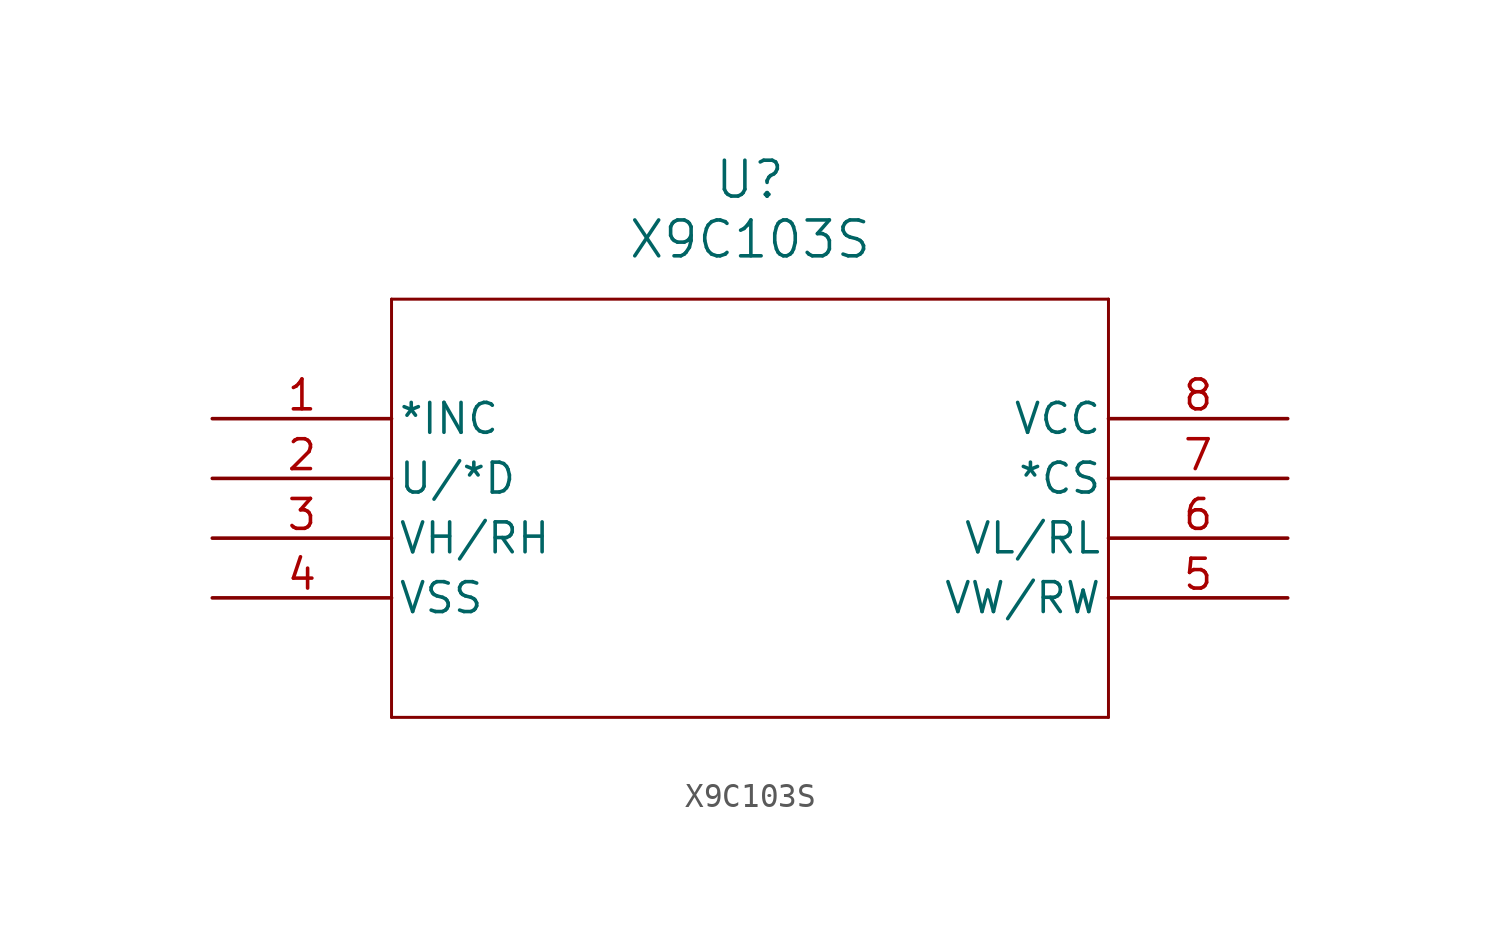
<source format=kicad_sym>
(kicad_symbol_lib
  (version 20231120)
  (generator "kicad_symbol_editor")
  (generator_version "8.0")
  (symbol "X9C103S"
    (pin_names
      (offset 0.254))
    (property "Reference" "U"
      (at 22.86 10.16 0)
      (effects (font (size 1.524 1.524))))
    (property "Value" "X9C103S"
      (at 22.86 7.62 0)
      (effects (font (size 1.524 1.524))))
    (property "ki_locked" ""
      (at 0 0 0)
      (effects (font (size 1.27 1.27))))
    (symbol "X9C103S_0_1"
      (polyline (pts (xy 7.62 -12.7) (xy 38.1 -12.7)) (stroke (width 0.127) (type default)) (fill (type none)))
      (polyline (pts (xy 7.62 5.08) (xy 7.62 -12.7)) (stroke (width 0.127) (type default)) (fill (type none)))
      (polyline (pts (xy 38.1 -12.7) (xy 38.1 5.08)) (stroke (width 0.127) (type default)) (fill (type none)))
      (polyline (pts (xy 38.1 5.08) (xy 7.62 5.08)) (stroke (width 0.127) (type default)) (fill (type none)))
      (pin input line (at 0 0 0) (length 7.62) (name "*INC" (effects (font (size 1.27 1.27)))) (number "1" (effects (font (size 1.27 1.27)))))
      (pin input line (at 0 -2.54 0) (length 7.62) (name "U/*D" (effects (font (size 1.27 1.27)))) (number "2" (effects (font (size 1.27 1.27)))))
      (pin power_in line (at 0 -7.62 0) (length 7.62) (name "VSS" (effects (font (size 1.27 1.27)))) (number "4" (effects (font (size 1.27 1.27)))))
      (pin input line (at 45.72 -2.54 180) (length 7.62) (name "*CS" (effects (font (size 1.27 1.27)))) (number "7" (effects (font (size 1.27 1.27)))))
      (pin power_in line (at 45.72 0 180) (length 7.62) (name "VCC" (effects (font (size 1.27 1.27)))) (number "8" (effects (font (size 1.27 1.27))))))
    (symbol "X9C103S_1_1"
      (pin bidirectional line (at 0 -5.08 0) (length 7.62) (name "VH/RH" (effects (font (size 1.27 1.27)))) (number "3" (effects (font (size 1.27 1.27)))))
      (pin bidirectional line (at 45.72 -7.62 180) (length 7.62) (name "VW/RW" (effects (font (size 1.27 1.27)))) (number "5" (effects (font (size 1.27 1.27)))))
      (pin bidirectional line (at 45.72 -5.08 180) (length 7.62) (name "VL/RL" (effects (font (size 1.27 1.27)))) (number "6" (effects (font (size 1.27 1.27))))))))
</source>
